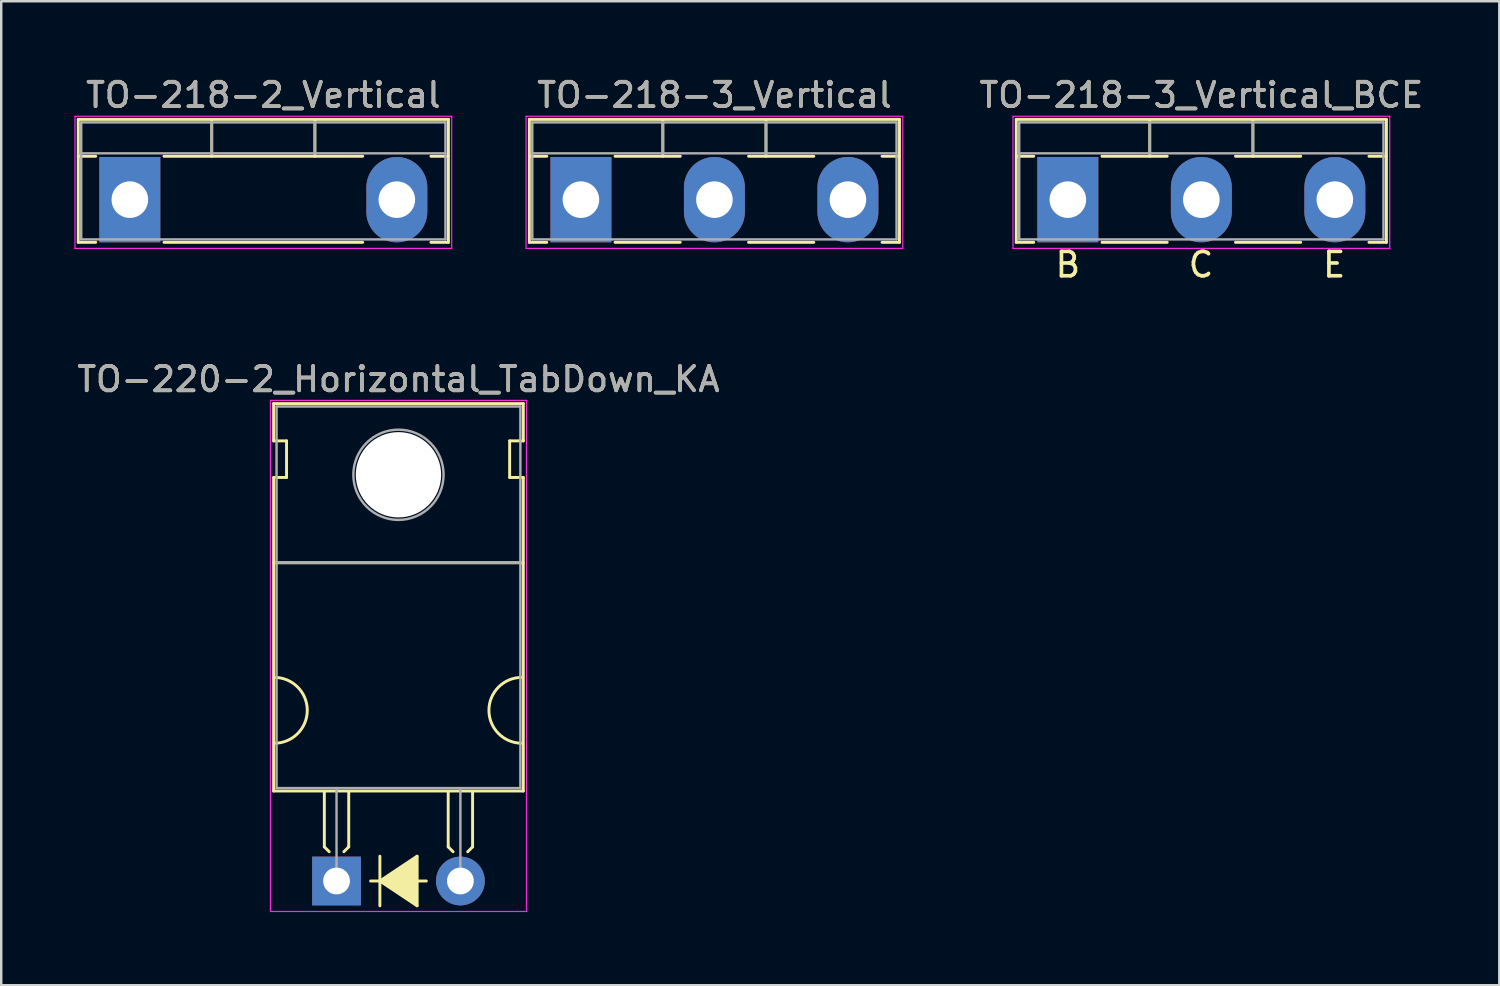
<source format=kicad_pcb>
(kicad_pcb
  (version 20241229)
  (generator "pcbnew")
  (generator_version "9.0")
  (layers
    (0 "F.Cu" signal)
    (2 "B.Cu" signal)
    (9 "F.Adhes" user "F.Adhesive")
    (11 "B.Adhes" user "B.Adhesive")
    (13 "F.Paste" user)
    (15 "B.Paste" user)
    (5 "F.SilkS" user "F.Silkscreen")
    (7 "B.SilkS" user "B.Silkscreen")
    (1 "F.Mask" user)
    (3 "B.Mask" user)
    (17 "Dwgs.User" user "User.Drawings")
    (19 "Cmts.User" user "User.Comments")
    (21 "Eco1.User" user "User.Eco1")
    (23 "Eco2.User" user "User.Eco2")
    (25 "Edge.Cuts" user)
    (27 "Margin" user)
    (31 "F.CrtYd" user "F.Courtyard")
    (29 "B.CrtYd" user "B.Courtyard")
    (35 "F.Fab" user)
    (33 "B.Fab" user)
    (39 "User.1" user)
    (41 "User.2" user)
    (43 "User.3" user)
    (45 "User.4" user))
  (footprint "TO-218-2_Vertical"
    (layer "F.Cu")
    (at 2.275 5.138)
    (property "Reference" "TO-218-2_Vertical" (at 5.475 -4.29 0) (layer "F.SilkS") (effects (font (size 1 1) (thickness 0.15))))
    (attr through_hole)
    (fp_line (start -2.115 -3.29) (end -2.115 1.75) (stroke (width 0.12) (type solid)) (layer "F.SilkS"))
    (fp_line (start -2.115 -3.29) (end 13.065 -3.29) (stroke (width 0.12) (type solid)) (layer "F.SilkS"))
    (fp_line (start -2.115 -1.78) (end -1.4 -1.78) (stroke (width 0.12) (type solid)) (layer "F.SilkS"))
    (fp_line (start -2.115 1.75) (end -1.4 1.75) (stroke (width 0.12) (type solid)) (layer "F.SilkS"))
    (fp_line (start 1.4 -1.78) (end 9.55 -1.78) (stroke (width 0.12) (type solid)) (layer "F.SilkS"))
    (fp_line (start 1.4 1.75) (end 9.55 1.75) (stroke (width 0.12) (type solid)) (layer "F.SilkS"))
    (fp_line (start 3.36 -3.29) (end 3.36 -1.78) (stroke (width 0.12) (type solid)) (layer "F.SilkS"))
    (fp_line (start 7.59 -3.29) (end 7.59 -1.78) (stroke (width 0.12) (type solid)) (layer "F.SilkS"))
    (fp_line (start 12.35 -1.78) (end 13.065 -1.78) (stroke (width 0.12) (type solid)) (layer "F.SilkS"))
    (fp_line (start 12.35 1.75) (end 13.065 1.75) (stroke (width 0.12) (type solid)) (layer "F.SilkS"))
    (fp_line (start 13.065 -3.29) (end 13.065 1.75) (stroke (width 0.12) (type solid)) (layer "F.SilkS"))
    (fp_line (start -2.25 -3.42) (end -2.25 2) (stroke (width 0.05) (type solid)) (layer "F.CrtYd"))
    (fp_line (start -2.25 2) (end 13.2 2) (stroke (width 0.05) (type solid)) (layer "F.CrtYd"))
    (fp_line (start 13.2 -3.42) (end -2.25 -3.42) (stroke (width 0.05) (type solid)) (layer "F.CrtYd"))
    (fp_line (start 13.2 2) (end 13.2 -3.42) (stroke (width 0.05) (type solid)) (layer "F.CrtYd"))
    (fp_line (start -1.995 -3.17) (end -1.995 1.63) (stroke (width 0.1) (type solid)) (layer "F.Fab"))
    (fp_line (start -1.995 -1.9) (end 12.945 -1.9) (stroke (width 0.1) (type solid)) (layer "F.Fab"))
    (fp_line (start -1.995 1.63) (end 12.945 1.63) (stroke (width 0.1) (type solid)) (layer "F.Fab"))
    (fp_line (start 3.36 -3.17) (end 3.36 -1.9) (stroke (width 0.1) (type solid)) (layer "F.Fab"))
    (fp_line (start 7.59 -3.17) (end 7.59 -1.9) (stroke (width 0.1) (type solid)) (layer "F.Fab"))
    (fp_line (start 12.945 -3.17) (end -1.995 -3.17) (stroke (width 0.1) (type solid)) (layer "F.Fab"))
    (fp_line (start 12.945 1.63) (end 12.945 -3.17) (stroke (width 0.1) (type solid)) (layer "F.Fab"))
    (fp_text user "${REFERENCE}" (at 5.475 -4.29 0) (layer "F.Fab") (effects (font (size 1 1) (thickness 0.15))))
    (pad "1" thru_hole rect (at 0 0) (size 2.5 3.5) (drill 1.5) (layers "*.Cu" "*.Mask"))
    (pad "2" thru_hole oval (at 10.95 0) (size 2.5 3.5) (drill 1.5) (layers "*.Cu" "*.Mask")))
  (footprint "TO-218-3_Vertical_BCE"
    (layer "F.Cu")
    (at 40.745 5.138)
    (property "Reference" "TO-218-3_Vertical_BCE" (at 5.475 -4.29 0) (layer "F.SilkS") (effects (font (size 1 1) (thickness 0.15))))
    (attr through_hole)
    (fp_line (start -2.115 -3.29) (end -2.115 1.75) (stroke (width 0.12) (type solid)) (layer "F.SilkS"))
    (fp_line (start -2.115 -3.29) (end 13.065 -3.29) (stroke (width 0.12) (type solid)) (layer "F.SilkS"))
    (fp_line (start -2.115 -1.78) (end -1.4 -1.78) (stroke (width 0.12) (type solid)) (layer "F.SilkS"))
    (fp_line (start -2.115 1.75) (end -1.4 1.75) (stroke (width 0.12) (type solid)) (layer "F.SilkS"))
    (fp_line (start 1.4 -1.78) (end 4.075 -1.78) (stroke (width 0.12) (type solid)) (layer "F.SilkS"))
    (fp_line (start 1.4 1.75) (end 4.075 1.75) (stroke (width 0.12) (type solid)) (layer "F.SilkS"))
    (fp_line (start 3.36 -3.29) (end 3.36 -1.78) (stroke (width 0.12) (type solid)) (layer "F.SilkS"))
    (fp_line (start 6.875 -1.78) (end 9.55 -1.78) (stroke (width 0.12) (type solid)) (layer "F.SilkS"))
    (fp_line (start 6.875 1.75) (end 9.55 1.75) (stroke (width 0.12) (type solid)) (layer "F.SilkS"))
    (fp_line (start 7.59 -3.29) (end 7.59 -1.78) (stroke (width 0.12) (type solid)) (layer "F.SilkS"))
    (fp_line (start 12.35 -1.78) (end 13.065 -1.78) (stroke (width 0.12) (type solid)) (layer "F.SilkS"))
    (fp_line (start 12.35 1.75) (end 13.065 1.75) (stroke (width 0.12) (type solid)) (layer "F.SilkS"))
    (fp_line (start 13.065 -3.29) (end 13.065 1.75) (stroke (width 0.12) (type solid)) (layer "F.SilkS"))
    (fp_line (start -2.25 -3.42) (end -2.25 2) (stroke (width 0.05) (type solid)) (layer "F.CrtYd"))
    (fp_line (start -2.25 2) (end 13.2 2) (stroke (width 0.05) (type solid)) (layer "F.CrtYd"))
    (fp_line (start 13.2 -3.42) (end -2.25 -3.42) (stroke (width 0.05) (type solid)) (layer "F.CrtYd"))
    (fp_line (start 13.2 2) (end 13.2 -3.42) (stroke (width 0.05) (type solid)) (layer "F.CrtYd"))
    (fp_line (start -1.995 -3.17) (end -1.995 1.63) (stroke (width 0.1) (type solid)) (layer "F.Fab"))
    (fp_line (start -1.995 -1.9) (end 12.945 -1.9) (stroke (width 0.1) (type solid)) (layer "F.Fab"))
    (fp_line (start -1.995 1.63) (end 12.945 1.63) (stroke (width 0.1) (type solid)) (layer "F.Fab"))
    (fp_line (start 3.36 -3.17) (end 3.36 -1.9) (stroke (width 0.1) (type solid)) (layer "F.Fab"))
    (fp_line (start 7.59 -3.17) (end 7.59 -1.9) (stroke (width 0.1) (type solid)) (layer "F.Fab"))
    (fp_line (start 12.945 -3.17) (end -1.995 -3.17) (stroke (width 0.1) (type solid)) (layer "F.Fab"))
    (fp_line (start 12.945 1.63) (end 12.945 -3.17) (stroke (width 0.1) (type solid)) (layer "F.Fab"))
    (fp_text user "E" (at 10.922 2.667 0) (layer "F.SilkS") (effects (font (size 1 1) (thickness 0.15))))
    (fp_text user "C" (at 5.461 2.667 0) (layer "F.SilkS") (effects (font (size 1 1) (thickness 0.15))))
    (fp_text user "B" (at 0 2.667 0) (layer "F.SilkS") (effects (font (size 1 1) (thickness 0.15))))
    (fp_text user "${REFERENCE}" (at 5.475 -4.29 0) (layer "F.Fab") (effects (font (size 1 1) (thickness 0.15))))
    (pad "1" thru_hole rect (at 0 0) (size 2.5 3.5) (drill 1.5) (layers "*.Cu" "*.Mask"))
    (pad "2" thru_hole oval (at 5.475 0) (size 2.5 3.5) (drill 1.5) (layers "*.Cu" "*.Mask"))
    (pad "3" thru_hole oval (at 10.95 0) (size 2.5 3.5) (drill 1.5) (layers "*.Cu" "*.Mask")))
  (footprint "TO-220-2_Horizontal_TabDown_KA"
    (layer "F.Cu")
    (at 10.752 33.082)
    (property "Reference" "TO-220-2_Horizontal_TabDown_KA" (at 2.54 -20.58 0) (layer "F.SilkS") (effects (font (size 1 1) (thickness 0.15))))
    (attr through_hole)
    (fp_line (start -2.58 -19.58) (end -2.58 -18.05) (stroke (width 0.12) (type solid)) (layer "F.SilkS"))
    (fp_line (start -2.58 -19.58) (end 7.66 -19.58) (stroke (width 0.12) (type solid)) (layer "F.SilkS"))
    (fp_line (start -2.58 -18.05) (end -2.05 -18.05) (stroke (width 0.12) (type solid)) (layer "F.SilkS"))
    (fp_line (start -2.58 -16.55) (end -2.58 -3.69) (stroke (width 0.12) (type solid)) (layer "F.SilkS"))
    (fp_line (start -2.58 -3.69) (end 7.66 -3.69) (stroke (width 0.12) (type solid)) (layer "F.SilkS"))
    (fp_line (start -2.575 -13.05) (end 7.65 -13.05) (stroke (width 0.12) (type solid)) (layer "F.SilkS"))
    (fp_line (start -2.05 -18.05) (end -2.05 -16.55) (stroke (width 0.12) (type solid)) (layer "F.SilkS"))
    (fp_line (start -2.05 -16.55) (end -2.575 -16.55) (stroke (width 0.12) (type solid)) (layer "F.SilkS"))
    (fp_line (start -0.5 -3.65) (end -0.5 -1.4) (stroke (width 0.12) (type solid)) (layer "F.SilkS"))
    (fp_line (start -0.5 -1.4) (end -0.3 -1.2) (stroke (width 0.12) (type solid)) (layer "F.SilkS"))
    (fp_line (start 0.5 -3.65) (end 0.5 -1.4) (stroke (width 0.12) (type solid)) (layer "F.SilkS"))
    (fp_line (start 0.5 -1.4) (end 0.3 -1.2) (stroke (width 0.12) (type solid)) (layer "F.SilkS"))
    (fp_line (start 1.397 0) (end 1.778 0) (stroke (width 0.12) (type solid)) (layer "F.SilkS"))
    (fp_line (start 1.778 0) (end 1.778 -1.016) (stroke (width 0.12) (type solid)) (layer "F.SilkS"))
    (fp_line (start 1.778 0) (end 1.778 1.016) (stroke (width 0.12) (type solid)) (layer "F.SilkS"))
    (fp_line (start 1.778 0) (end 3.302 1.016) (stroke (width 0.12) (type solid)) (layer "F.SilkS"))
    (fp_line (start 3.302 -1.016) (end 1.778 0) (stroke (width 0.12) (type solid)) (layer "F.SilkS"))
    (fp_line (start 3.302 0) (end 3.683 0) (stroke (width 0.12) (type solid)) (layer "F.SilkS"))
    (fp_line (start 3.302 1.016) (end 3.302 -1.016) (stroke (width 0.12) (type solid)) (layer "F.SilkS"))
    (fp_line (start 4.58 -3.65) (end 4.58 -1.4) (stroke (width 0.12) (type solid)) (layer "F.SilkS"))
    (fp_line (start 4.58 -1.4) (end 4.78 -1.2) (stroke (width 0.12) (type solid)) (layer "F.SilkS"))
    (fp_line (start 5.58 -3.65) (end 5.58 -1.4) (stroke (width 0.12) (type solid)) (layer "F.SilkS"))
    (fp_line (start 5.58 -1.4) (end 5.38 -1.2) (stroke (width 0.12) (type solid)) (layer "F.SilkS"))
    (fp_line (start 7.1 -18.05) (end 7.66 -18.05) (stroke (width 0.12) (type solid)) (layer "F.SilkS"))
    (fp_line (start 7.1 -16.55) (end 7.1 -18.05) (stroke (width 0.12) (type solid)) (layer "F.SilkS"))
    (fp_line (start 7.66 -19.58) (end 7.66 -18.05) (stroke (width 0.12) (type solid)) (layer "F.SilkS"))
    (fp_line (start 7.66 -16.55) (end 7.1 -16.55) (stroke (width 0.12) (type solid)) (layer "F.SilkS"))
    (fp_line (start 7.66 -16.55) (end 7.66 -3.69) (stroke (width 0.12) (type solid)) (layer "F.SilkS"))
    (fp_arc (start -2.55 -8.35) (mid -1.2 -7) (end -2.55 -5.65) (stroke (width 0.12) (type solid)) (layer "F.SilkS"))
    (fp_arc (start 7.6 -5.65) (mid 6.25 -7) (end 7.6 -8.35) (stroke (width 0.12) (type solid)) (layer "F.SilkS"))
    (fp_poly (pts (xy 3.3 1) (xy 1.8 0) (xy 3.3 -1)) (stroke (width 0.1) (type solid)) (fill yes) (layer "F.SilkS"))
    (fp_line (start -2.71 -19.71) (end -2.71 1.25) (stroke (width 0.05) (type solid)) (layer "F.CrtYd"))
    (fp_line (start -2.71 1.25) (end 7.79 1.25) (stroke (width 0.05) (type solid)) (layer "F.CrtYd"))
    (fp_line (start 7.79 -19.71) (end -2.71 -19.71) (stroke (width 0.05) (type solid)) (layer "F.CrtYd"))
    (fp_line (start 7.79 1.25) (end 7.79 -19.71) (stroke (width 0.05) (type solid)) (layer "F.CrtYd"))
    (fp_line (start -2.46 -19.46) (end 7.54 -19.46) (stroke (width 0.1) (type solid)) (layer "F.Fab"))
    (fp_line (start -2.46 -13.06) (end -2.46 -19.46) (stroke (width 0.1) (type solid)) (layer "F.Fab"))
    (fp_line (start -2.46 -13.06) (end 7.54 -13.06) (stroke (width 0.1) (type solid)) (layer "F.Fab"))
    (fp_line (start -2.46 -3.81) (end -2.46 -13.06) (stroke (width 0.1) (type solid)) (layer "F.Fab"))
    (fp_line (start 0 -3.81) (end 0 0) (stroke (width 0.1) (type solid)) (layer "F.Fab"))
    (fp_line (start 5.08 -3.81) (end 5.08 0) (stroke (width 0.1) (type solid)) (layer "F.Fab"))
    (fp_line (start 7.54 -19.46) (end 7.54 -13.06) (stroke (width 0.1) (type solid)) (layer "F.Fab"))
    (fp_line (start 7.54 -13.06) (end -2.46 -13.06) (stroke (width 0.1) (type solid)) (layer "F.Fab"))
    (fp_line (start 7.54 -13.06) (end 7.54 -3.81) (stroke (width 0.1) (type solid)) (layer "F.Fab"))
    (fp_line (start 7.54 -3.81) (end -2.46 -3.81) (stroke (width 0.1) (type solid)) (layer "F.Fab"))
    (fp_circle (center 2.54 -16.66) (end 4.39 -16.66) (stroke (width 0.1) (type solid)) (fill no) (layer "F.Fab"))
    (fp_text user "${REFERENCE}" (at 2.54 -20.58 0) (layer "F.Fab") (effects (font (size 1 1) (thickness 0.15))))
    (pad "" np_thru_hole oval (at 2.54 -16.66) (size 3.5 3.5) (drill 3.5) (layers "*.Cu" "*.Mask"))
    (pad "1" thru_hole rect (at 0 0) (size 2 2) (drill 1.1) (layers "*.Cu" "*.Mask"))
    (pad "2" thru_hole oval (at 5.08 0) (size 2 2) (drill 1.1) (layers "*.Cu" "*.Mask")))
  (footprint "TO-218-3_Vertical"
    (layer "F.Cu")
    (at 20.775 5.138)
    (property "Reference" "TO-218-3_Vertical" (at 5.475 -4.29 0) (layer "F.SilkS") (effects (font (size 1 1) (thickness 0.15))))
    (attr through_hole)
    (fp_line (start -2.115 -3.29) (end -2.115 1.75) (stroke (width 0.12) (type solid)) (layer "F.SilkS"))
    (fp_line (start -2.115 -3.29) (end 13.065 -3.29) (stroke (width 0.12) (type solid)) (layer "F.SilkS"))
    (fp_line (start -2.115 -1.78) (end -1.4 -1.78) (stroke (width 0.12) (type solid)) (layer "F.SilkS"))
    (fp_line (start -2.115 1.75) (end -1.4 1.75) (stroke (width 0.12) (type solid)) (layer "F.SilkS"))
    (fp_line (start 1.4 -1.78) (end 4.075 -1.78) (stroke (width 0.12) (type solid)) (layer "F.SilkS"))
    (fp_line (start 1.4 1.75) (end 4.075 1.75) (stroke (width 0.12) (type solid)) (layer "F.SilkS"))
    (fp_line (start 3.36 -3.29) (end 3.36 -1.78) (stroke (width 0.12) (type solid)) (layer "F.SilkS"))
    (fp_line (start 6.875 -1.78) (end 9.55 -1.78) (stroke (width 0.12) (type solid)) (layer "F.SilkS"))
    (fp_line (start 6.875 1.75) (end 9.55 1.75) (stroke (width 0.12) (type solid)) (layer "F.SilkS"))
    (fp_line (start 7.59 -3.29) (end 7.59 -1.78) (stroke (width 0.12) (type solid)) (layer "F.SilkS"))
    (fp_line (start 12.35 -1.78) (end 13.065 -1.78) (stroke (width 0.12) (type solid)) (layer "F.SilkS"))
    (fp_line (start 12.35 1.75) (end 13.065 1.75) (stroke (width 0.12) (type solid)) (layer "F.SilkS"))
    (fp_line (start 13.065 -3.29) (end 13.065 1.75) (stroke (width 0.12) (type solid)) (layer "F.SilkS"))
    (fp_line (start -2.25 -3.42) (end -2.25 2) (stroke (width 0.05) (type solid)) (layer "F.CrtYd"))
    (fp_line (start -2.25 2) (end 13.2 2) (stroke (width 0.05) (type solid)) (layer "F.CrtYd"))
    (fp_line (start 13.2 -3.42) (end -2.25 -3.42) (stroke (width 0.05) (type solid)) (layer "F.CrtYd"))
    (fp_line (start 13.2 2) (end 13.2 -3.42) (stroke (width 0.05) (type solid)) (layer "F.CrtYd"))
    (fp_line (start -1.995 -3.17) (end -1.995 1.63) (stroke (width 0.1) (type solid)) (layer "F.Fab"))
    (fp_line (start -1.995 -1.9) (end 12.945 -1.9) (stroke (width 0.1) (type solid)) (layer "F.Fab"))
    (fp_line (start -1.995 1.63) (end 12.945 1.63) (stroke (width 0.1) (type solid)) (layer "F.Fab"))
    (fp_line (start 3.36 -3.17) (end 3.36 -1.9) (stroke (width 0.1) (type solid)) (layer "F.Fab"))
    (fp_line (start 7.59 -3.17) (end 7.59 -1.9) (stroke (width 0.1) (type solid)) (layer "F.Fab"))
    (fp_line (start 12.945 -3.17) (end -1.995 -3.17) (stroke (width 0.1) (type solid)) (layer "F.Fab"))
    (fp_line (start 12.945 1.63) (end 12.945 -3.17) (stroke (width 0.1) (type solid)) (layer "F.Fab"))
    (fp_text user "${REFERENCE}" (at 5.475 -4.29 0) (layer "F.Fab") (effects (font (size 1 1) (thickness 0.15))))
    (pad "1" thru_hole rect (at 0 0) (size 2.5 3.5) (drill 1.5) (layers "*.Cu" "*.Mask"))
    (pad "2" thru_hole oval (at 5.475 0) (size 2.5 3.5) (drill 1.5) (layers "*.Cu" "*.Mask"))
    (pad "3" thru_hole oval (at 10.95 0) (size 2.5 3.5) (drill 1.5) (layers "*.Cu" "*.Mask")))
  (gr_rect
    (start -3 -3)
    (end 58.44 37.357)
    (stroke (width 0.1) (type default))
    (fill no)
    (layer "Edge.Cuts")))
</source>
